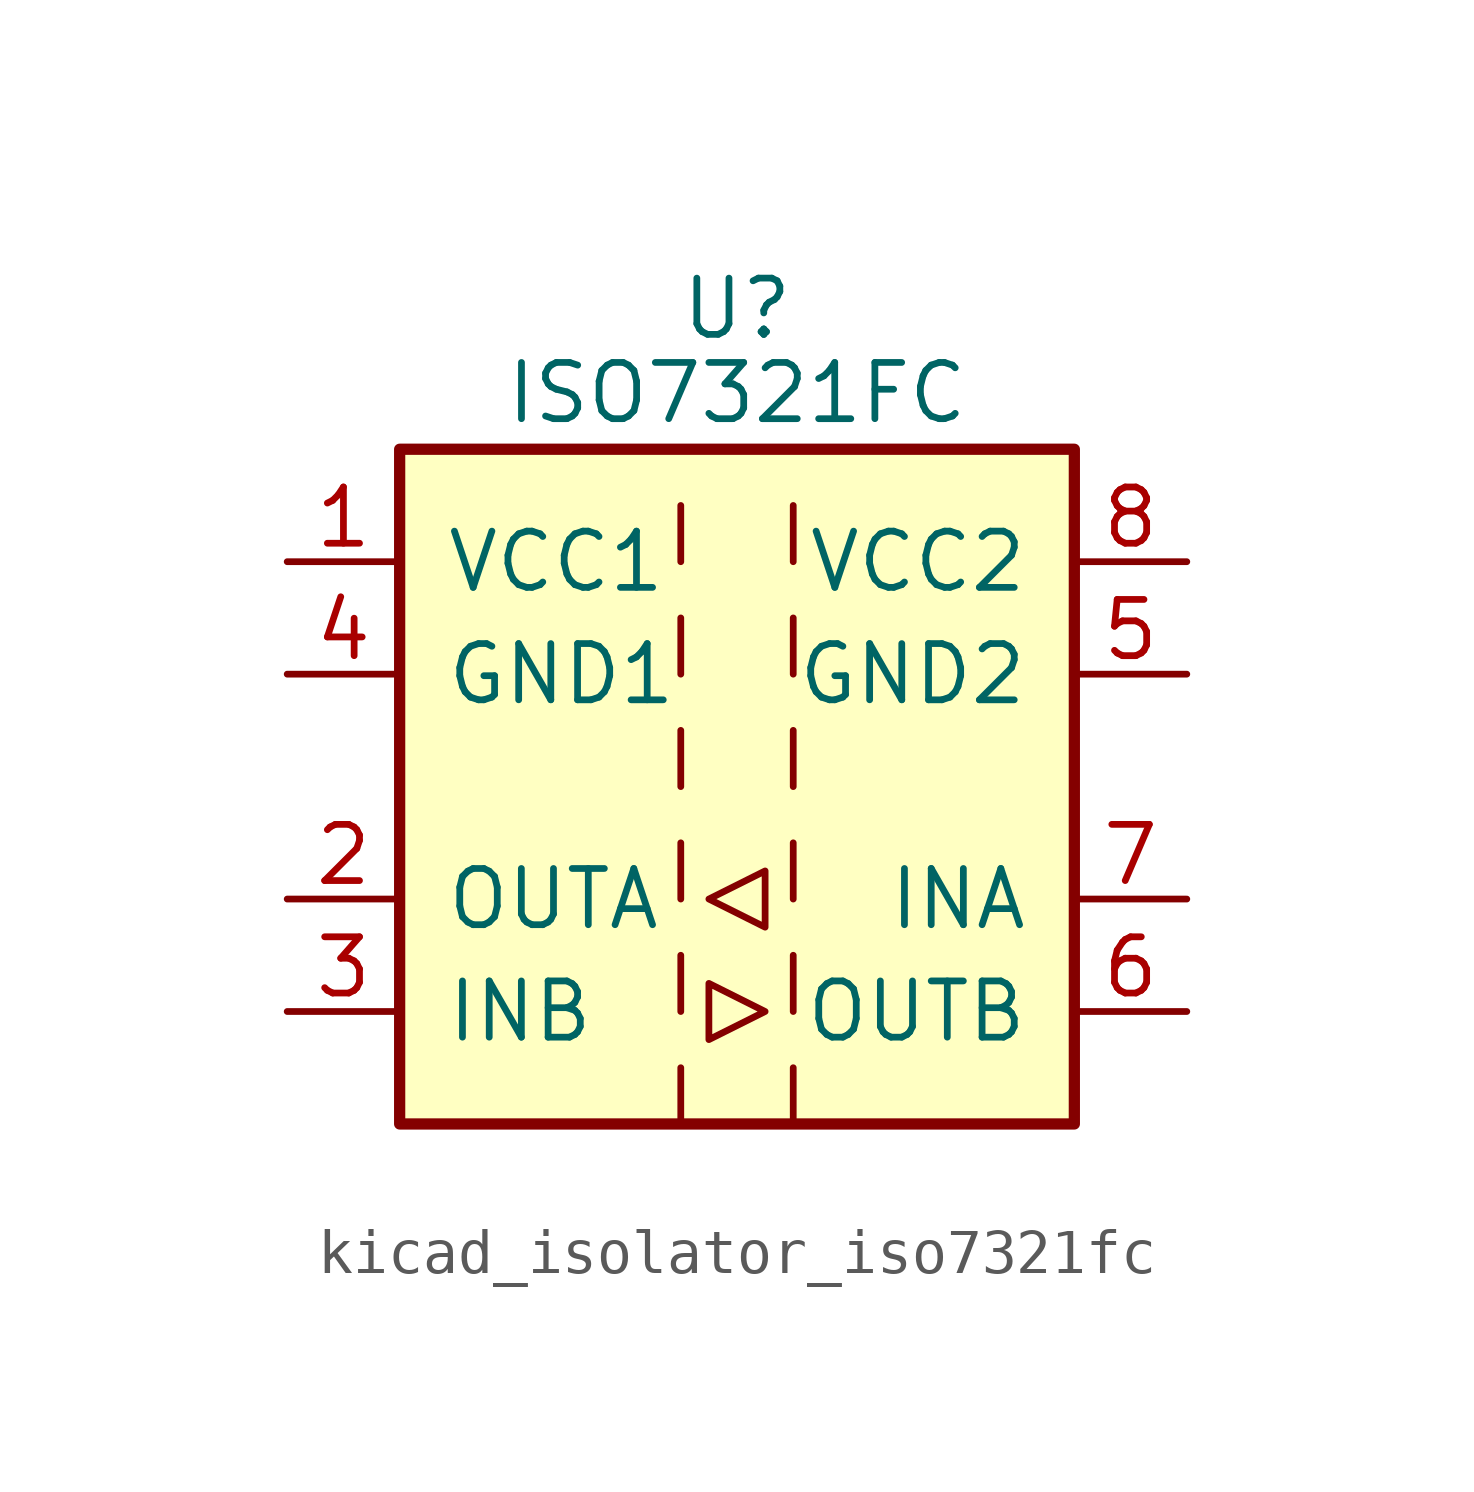
<source format=kicad_sym>
(kicad_symbol_lib
  (version 20220914)
  (generator kicad_symbol_editor)
  (symbol "kicad_isolator_iso7321fc"
    (pin_names
      (offset 1.016))
    (property "Reference" "U"
      (at 0 10.795 0)
      (effects (font (size 1.27 1.27))))
    (property "Value" "ISO7321FC"
      (at 0 8.89 0)
      (effects (font (size 1.27 1.27))))
    (symbol "kicad_isolator_iso7321fc_0_1"
      (rectangle (start -7.62 7.62) (end 7.62 -7.62) (stroke (width 0.254) (type default)) (fill (type background)))
      (polyline (pts (xy -1.27 -6.35) (xy -1.27 -7.62)) (stroke (width 0) (type default)) (fill (type none)))
      (polyline (pts (xy -1.27 -3.81) (xy -1.27 -5.08)) (stroke (width 0) (type default)) (fill (type none)))
      (polyline (pts (xy -1.27 -1.27) (xy -1.27 -2.54)) (stroke (width 0) (type default)) (fill (type none)))
      (polyline (pts (xy -1.27 1.27) (xy -1.27 0)) (stroke (width 0) (type default)) (fill (type none)))
      (polyline (pts (xy -1.27 3.81) (xy -1.27 2.54)) (stroke (width 0) (type default)) (fill (type none)))
      (polyline (pts (xy -1.27 6.35) (xy -1.27 5.08)) (stroke (width 0) (type default)) (fill (type none)))
      (polyline (pts (xy 1.27 -6.35) (xy 1.27 -7.62)) (stroke (width 0) (type default)) (fill (type none)))
      (polyline (pts (xy 1.27 -3.81) (xy 1.27 -5.08)) (stroke (width 0) (type default)) (fill (type none)))
      (polyline (pts (xy 1.27 -1.27) (xy 1.27 -2.54)) (stroke (width 0) (type default)) (fill (type none)))
      (polyline (pts (xy 1.27 1.27) (xy 1.27 0)) (stroke (width 0) (type default)) (fill (type none)))
      (polyline (pts (xy 1.27 3.81) (xy 1.27 2.54)) (stroke (width 0) (type default)) (fill (type none)))
      (polyline (pts (xy 1.27 6.35) (xy 1.27 5.08)) (stroke (width 0) (type default)) (fill (type none)))
      (polyline (pts (xy -0.635 -4.445) (xy -0.635 -5.715) (xy 0.635 -5.08) (xy -0.635 -4.445)) (stroke (width 0) (type default)) (fill (type none)))
      (polyline (pts (xy -0.635 -2.54) (xy 0.635 -1.905) (xy 0.635 -3.175) (xy -0.635 -2.54)) (stroke (width 0) (type default)) (fill (type none))))
    (symbol "kicad_isolator_iso7321fc_1_1"
      (pin power_in line (at -10.16 5.08 0) (length 2.54) (name "VCC1" (effects (font (size 1.27 1.27)))) (number "1" (effects (font (size 1.27 1.27)))))
      (pin output line (at -10.16 -2.54 0) (length 2.54) (name "OUTA" (effects (font (size 1.27 1.27)))) (number "2" (effects (font (size 1.27 1.27)))))
      (pin input line (at -10.16 -5.08 0) (length 2.54) (name "INB" (effects (font (size 1.27 1.27)))) (number "3" (effects (font (size 1.27 1.27)))))
      (pin power_in line (at -10.16 2.54 0) (length 2.54) (name "GND1" (effects (font (size 1.27 1.27)))) (number "4" (effects (font (size 1.27 1.27)))))
      (pin power_in line (at 10.16 2.54 180) (length 2.54) (name "GND2" (effects (font (size 1.27 1.27)))) (number "5" (effects (font (size 1.27 1.27)))))
      (pin output line (at 10.16 -5.08 180) (length 2.54) (name "OUTB" (effects (font (size 1.27 1.27)))) (number "6" (effects (font (size 1.27 1.27)))))
      (pin input line (at 10.16 -2.54 180) (length 2.54) (name "INA" (effects (font (size 1.27 1.27)))) (number "7" (effects (font (size 1.27 1.27)))))
      (pin power_in line (at 10.16 5.08 180) (length 2.54) (name "VCC2" (effects (font (size 1.27 1.27)))) (number "8" (effects (font (size 1.27 1.27))))))))
</source>
